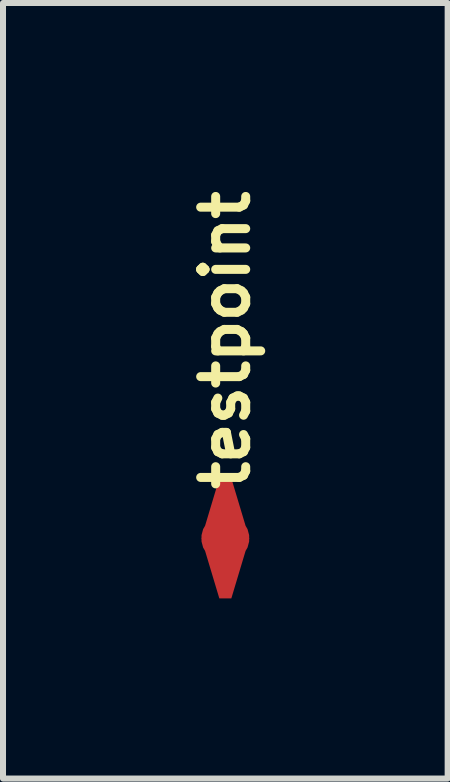
<source format=kicad_pcb>
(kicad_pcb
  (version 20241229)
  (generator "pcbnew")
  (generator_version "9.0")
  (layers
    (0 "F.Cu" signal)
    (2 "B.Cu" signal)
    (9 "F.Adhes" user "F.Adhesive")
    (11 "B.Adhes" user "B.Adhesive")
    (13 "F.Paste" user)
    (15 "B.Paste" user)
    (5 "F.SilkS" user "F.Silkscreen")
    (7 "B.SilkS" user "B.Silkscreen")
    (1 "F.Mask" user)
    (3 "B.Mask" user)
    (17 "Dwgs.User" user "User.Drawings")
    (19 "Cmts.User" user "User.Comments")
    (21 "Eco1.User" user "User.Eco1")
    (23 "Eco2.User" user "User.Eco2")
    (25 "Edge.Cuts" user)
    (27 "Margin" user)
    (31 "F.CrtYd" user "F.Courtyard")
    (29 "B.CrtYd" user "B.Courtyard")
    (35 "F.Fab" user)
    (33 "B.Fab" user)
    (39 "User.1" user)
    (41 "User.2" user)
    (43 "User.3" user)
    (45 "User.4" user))
  (footprint "testpoint"
    (layer "F.Cu")
    (at 0.702 5.914)
    (property "Reference" "testpoint" (at 0 -3.3 90) (unlocked yes) (layer "F.SilkS") (effects (font (size 0.75 0.75) (thickness 0.15))))
    (attr smd)
    (fp_circle (center 0 0) (end 0.4 0) (stroke (width 0) (type solid)) (fill yes) (layer "F.Mask"))
    (pad "1" smd custom (at 0 0) (size 0.8 0.8) (layers "F.Cu") (options (anchor circle)) (primitives (gr_poly (pts (xy -0.4 0) (xy 0.4 0) (xy 0.1 1) (xy -0.1 1)) (width 0) (fill yes)) (gr_poly (pts (xy 0.4 0) (xy -0.4 0) (xy -0.1 -1) (xy 0.1 -1)) (width 0) (fill yes)))))
  (gr_rect
    (start -3 -3)
    (end 4.404 9.914)
    (stroke (width 0.1) (type default))
    (fill no)
    (layer "Edge.Cuts")))
</source>
